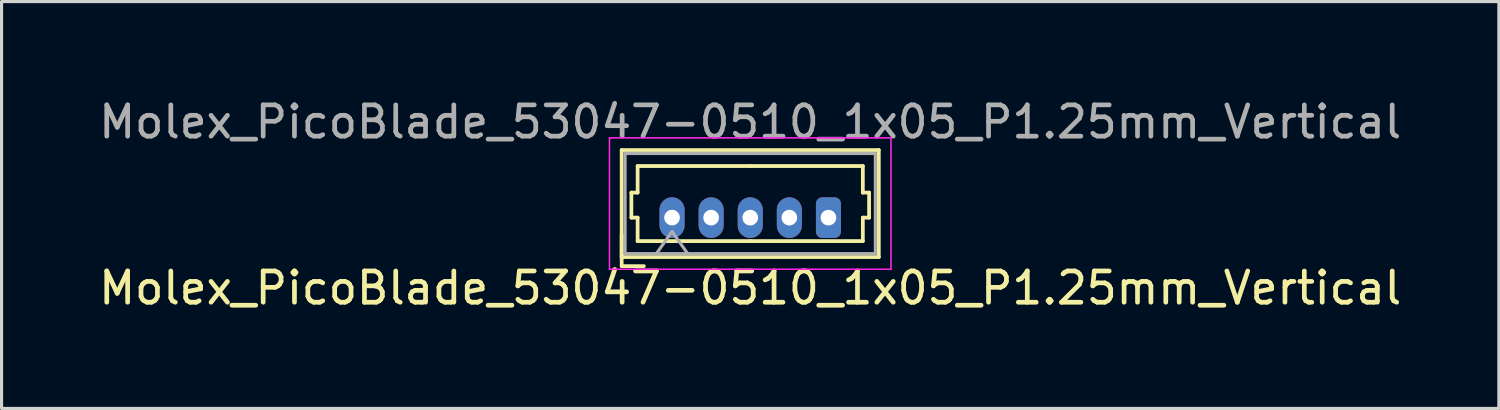
<source format=kicad_pcb>
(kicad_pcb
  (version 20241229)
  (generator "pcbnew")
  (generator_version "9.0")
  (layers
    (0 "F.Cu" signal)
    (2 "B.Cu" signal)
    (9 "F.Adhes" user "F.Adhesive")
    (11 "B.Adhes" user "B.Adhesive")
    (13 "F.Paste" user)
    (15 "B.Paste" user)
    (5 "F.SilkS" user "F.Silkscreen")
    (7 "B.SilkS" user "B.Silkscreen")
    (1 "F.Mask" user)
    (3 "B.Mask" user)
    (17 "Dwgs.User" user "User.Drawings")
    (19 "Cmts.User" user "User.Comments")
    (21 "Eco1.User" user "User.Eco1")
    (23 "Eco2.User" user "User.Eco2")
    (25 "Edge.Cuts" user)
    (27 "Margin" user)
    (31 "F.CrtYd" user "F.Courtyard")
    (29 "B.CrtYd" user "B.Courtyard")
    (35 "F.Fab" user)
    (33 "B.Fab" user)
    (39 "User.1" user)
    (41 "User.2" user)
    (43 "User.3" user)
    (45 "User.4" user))
  (footprint "Molex_PicoBlade_53047-0510_1x05_P1.25mm_Vertical"
    (layer "F.Cu")
    (at 18.435 3.908)
    (property "Reference" "Molex_PicoBlade_53047-0510_1x05_P1.25mm_Vertical" (at 2.5 2.25 0) (layer "F.SilkS") (effects (font (size 1 1) (thickness 0.15))))
    (attr through_hole)
    (fp_line (start -1.61 -2.16) (end -1.61 1.26) (stroke (width 0.12) (type solid)) (layer "F.SilkS"))
    (fp_line (start -1.61 1.26) (end 6.61 1.26) (stroke (width 0.12) (type solid)) (layer "F.SilkS"))
    (fp_line (start -1.61 1.55) (end -1.61 0.55) (stroke (width 0.12) (type solid)) (layer "F.SilkS"))
    (fp_line (start -1.61 1.55) (end -0.9 1.55) (stroke (width 0.12) (type solid)) (layer "F.SilkS"))
    (fp_line (start -1.3 -0.8) (end -1.1 -0.8) (stroke (width 0.12) (type solid)) (layer "F.SilkS"))
    (fp_line (start -1.3 0) (end -1.3 -0.8) (stroke (width 0.12) (type solid)) (layer "F.SilkS"))
    (fp_line (start -1.1 -1.65) (end 2.5 -1.65) (stroke (width 0.12) (type solid)) (layer "F.SilkS"))
    (fp_line (start -1.1 -0.8) (end -1.1 -1.65) (stroke (width 0.12) (type solid)) (layer "F.SilkS"))
    (fp_line (start -1.1 0) (end -1.3 0) (stroke (width 0.12) (type solid)) (layer "F.SilkS"))
    (fp_line (start -1.1 0.75) (end -1.1 0) (stroke (width 0.12) (type solid)) (layer "F.SilkS"))
    (fp_line (start 2.5 0.75) (end -1.1 0.75) (stroke (width 0.12) (type solid)) (layer "F.SilkS"))
    (fp_line (start 2.5 0.75) (end 6.1 0.75) (stroke (width 0.12) (type solid)) (layer "F.SilkS"))
    (fp_line (start 6.1 -1.65) (end 2.5 -1.65) (stroke (width 0.12) (type solid)) (layer "F.SilkS"))
    (fp_line (start 6.1 -0.8) (end 6.1 -1.65) (stroke (width 0.12) (type solid)) (layer "F.SilkS"))
    (fp_line (start 6.1 0) (end 6.3 0) (stroke (width 0.12) (type solid)) (layer "F.SilkS"))
    (fp_line (start 6.1 0.75) (end 6.1 0) (stroke (width 0.12) (type solid)) (layer "F.SilkS"))
    (fp_line (start 6.3 -0.8) (end 6.1 -0.8) (stroke (width 0.12) (type solid)) (layer "F.SilkS"))
    (fp_line (start 6.3 0) (end 6.3 -0.8) (stroke (width 0.12) (type solid)) (layer "F.SilkS"))
    (fp_line (start 6.61 -2.16) (end -1.61 -2.16) (stroke (width 0.12) (type solid)) (layer "F.SilkS"))
    (fp_line (start 6.61 1.26) (end 6.61 -2.16) (stroke (width 0.12) (type solid)) (layer "F.SilkS"))
    (fp_line (start -2 -2.55) (end -2 1.65) (stroke (width 0.05) (type solid)) (layer "F.CrtYd"))
    (fp_line (start -2 1.65) (end 7 1.65) (stroke (width 0.05) (type solid)) (layer "F.CrtYd"))
    (fp_line (start 7 -2.55) (end -2 -2.55) (stroke (width 0.05) (type solid)) (layer "F.CrtYd"))
    (fp_line (start 7 1.65) (end 7 -2.55) (stroke (width 0.05) (type solid)) (layer "F.CrtYd"))
    (fp_line (start -1.5 -2.05) (end -1.5 1.15) (stroke (width 0.1) (type solid)) (layer "F.Fab"))
    (fp_line (start -1.5 1.15) (end 6.5 1.15) (stroke (width 0.1) (type solid)) (layer "F.Fab"))
    (fp_line (start -0.5 1.15) (end 0 0.443) (stroke (width 0.1) (type solid)) (layer "F.Fab"))
    (fp_line (start 0 0.443) (end 0.5 1.15) (stroke (width 0.1) (type solid)) (layer "F.Fab"))
    (fp_line (start 6.5 -2.05) (end -1.5 -2.05) (stroke (width 0.1) (type solid)) (layer "F.Fab"))
    (fp_line (start 6.5 1.15) (end 6.5 -2.05) (stroke (width 0.1) (type solid)) (layer "F.Fab"))
    (fp_text user "${REFERENCE}" (at 2.5 -3.06 0) (layer "F.Fab") (effects (font (size 1 1) (thickness 0.15))))
    (pad "1" thru_hole roundrect (at 5 0 180) (size 0.8 1.3) (drill 0.5) (layers "*.Cu" "*.Mask") (roundrect_rratio 0.25))
    (pad "2" thru_hole oval (at 3.75 0 180) (size 0.8 1.3) (drill 0.5) (layers "*.Cu" "*.Mask"))
    (pad "3" thru_hole oval (at 2.5 0 180) (size 0.8 1.3) (drill 0.5) (layers "*.Cu" "*.Mask"))
    (pad "4" thru_hole oval (at 1.25 0 180) (size 0.8 1.3) (drill 0.5) (layers "*.Cu" "*.Mask"))
    (pad "5" thru_hole oval (at 0 0 180) (size 0.8 1.3) (drill 0.5) (layers "*.Cu" "*.Mask")))
  (gr_rect
    (start -3 -3)
    (end 44.869 10.007)
    (stroke (width 0.1) (type default))
    (fill no)
    (layer "Edge.Cuts")))
</source>
